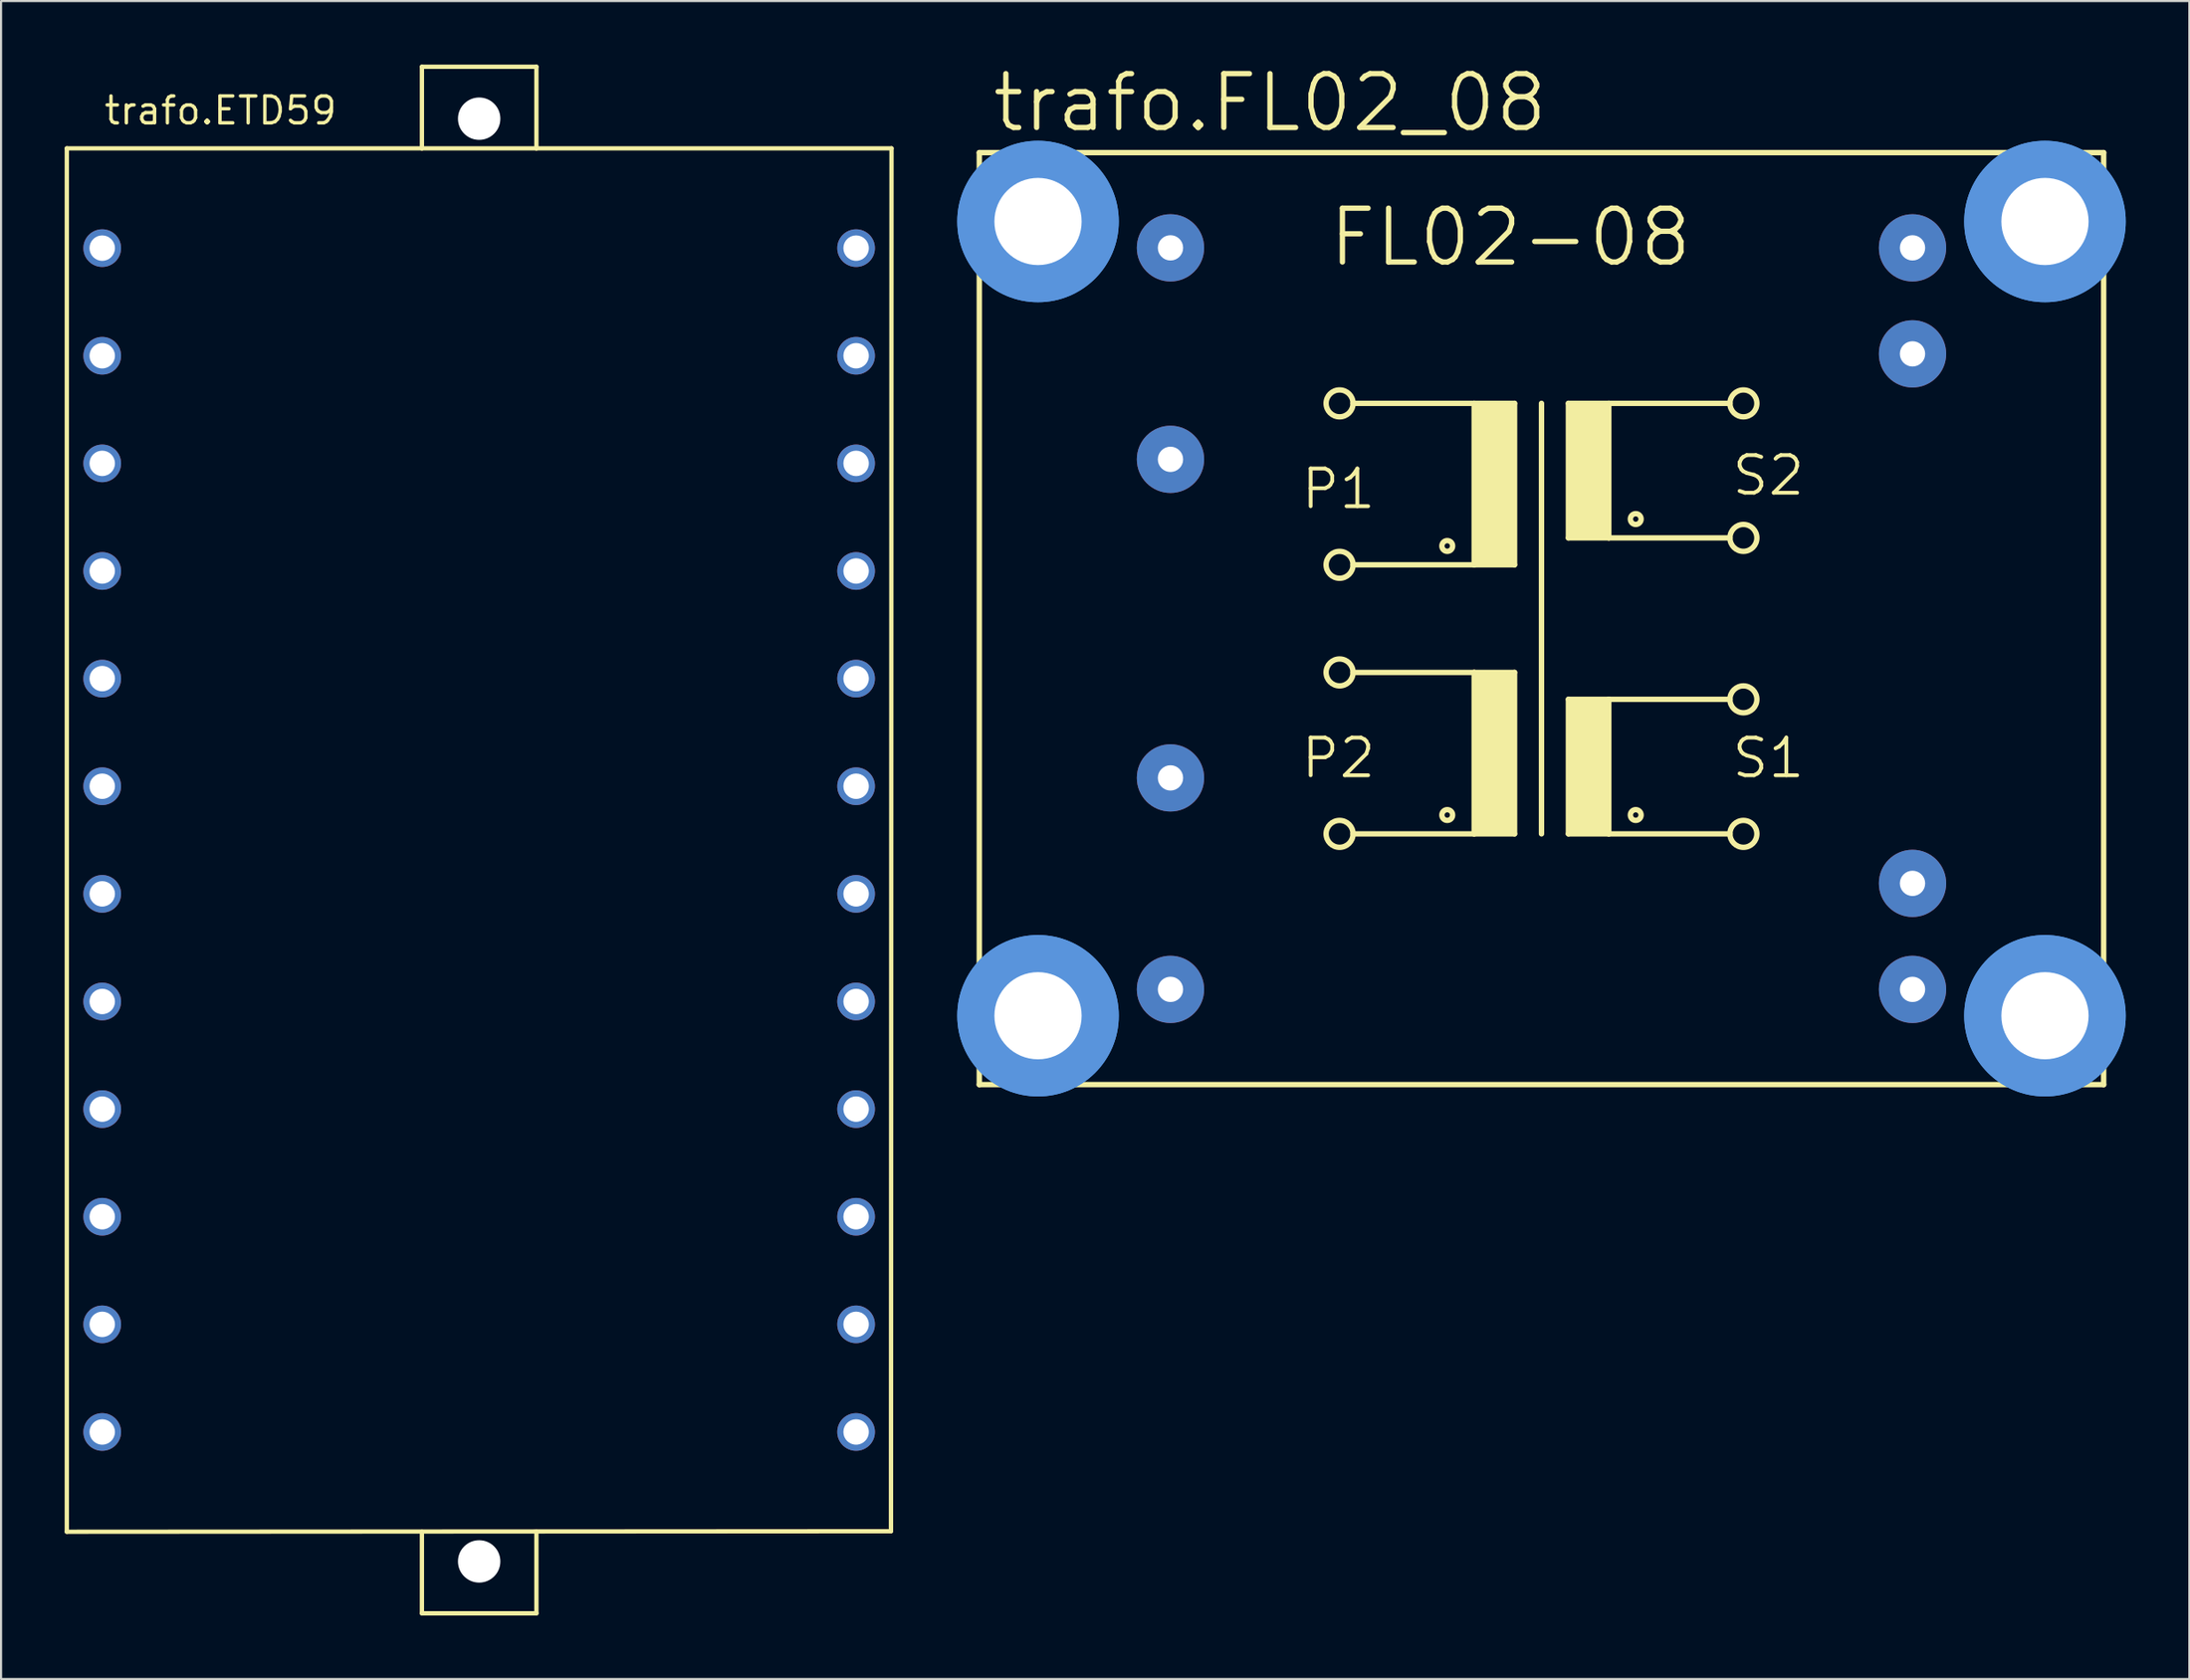
<source format=kicad_pcb>
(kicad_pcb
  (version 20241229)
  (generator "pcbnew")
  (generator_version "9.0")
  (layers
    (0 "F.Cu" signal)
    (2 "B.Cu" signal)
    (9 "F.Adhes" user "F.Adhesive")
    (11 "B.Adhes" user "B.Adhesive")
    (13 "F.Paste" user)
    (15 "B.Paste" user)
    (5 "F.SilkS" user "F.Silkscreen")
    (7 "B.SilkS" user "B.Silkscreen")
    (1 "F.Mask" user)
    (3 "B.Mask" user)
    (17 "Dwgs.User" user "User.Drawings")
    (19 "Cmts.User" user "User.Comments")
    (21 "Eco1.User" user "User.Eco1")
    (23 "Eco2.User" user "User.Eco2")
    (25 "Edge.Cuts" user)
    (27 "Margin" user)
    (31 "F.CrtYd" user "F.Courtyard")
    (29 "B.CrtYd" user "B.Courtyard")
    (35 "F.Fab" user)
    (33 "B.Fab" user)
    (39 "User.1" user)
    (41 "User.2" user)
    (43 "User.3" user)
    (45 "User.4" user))
  (footprint "trafo.FL02_08"
    (layer "F.Cu")
    (at 69.662 26.15)
    (property "Reference" "trafo.FL02_08" (at -26.035 -22.86 0) (layer "F.SilkS") (effects (font (size 2.54 2.54) (thickness 0.25)) (justify left bottom)))
    (attr through_hole)
    (fp_line (start -26.518 21.996) (end -26.518 -21.996) (stroke (width 0.254) (type default)) (layer "F.SilkS"))
    (fp_line (start -26.518 21.996) (end 26.518 21.996) (stroke (width 0.254) (type default)) (layer "F.SilkS"))
    (fp_line (start -8.89 -10.16) (end -3.175 -10.16) (stroke (width 0.254) (type default)) (layer "F.SilkS"))
    (fp_line (start -8.89 2.54) (end -3.175 2.54) (stroke (width 0.254) (type default)) (layer "F.SilkS"))
    (fp_line (start -3.175 -10.16) (end -3.175 -2.54) (stroke (width 0.254) (type default)) (layer "F.SilkS"))
    (fp_line (start -3.175 -10.16) (end -1.27 -10.16) (stroke (width 0.254) (type default)) (layer "F.SilkS"))
    (fp_line (start -3.175 -2.54) (end -8.89 -2.54) (stroke (width 0.254) (type default)) (layer "F.SilkS"))
    (fp_line (start -3.175 2.54) (end -3.175 10.16) (stroke (width 0.254) (type default)) (layer "F.SilkS"))
    (fp_line (start -3.175 2.54) (end -1.27 2.54) (stroke (width 0.254) (type default)) (layer "F.SilkS"))
    (fp_line (start -3.175 10.16) (end -8.89 10.16) (stroke (width 0.254) (type default)) (layer "F.SilkS"))
    (fp_line (start -1.27 -10.16) (end -1.27 -2.54) (stroke (width 0.254) (type default)) (layer "F.SilkS"))
    (fp_line (start -1.27 -2.54) (end -3.175 -2.54) (stroke (width 0.254) (type default)) (layer "F.SilkS"))
    (fp_line (start -1.27 2.54) (end -1.27 10.16) (stroke (width 0.254) (type default)) (layer "F.SilkS"))
    (fp_line (start -1.27 10.16) (end -3.175 10.16) (stroke (width 0.254) (type default)) (layer "F.SilkS"))
    (fp_line (start 0 -10.16) (end 0 10.16) (stroke (width 0.254) (type default)) (layer "F.SilkS"))
    (fp_line (start 1.27 -10.16) (end 1.27 -3.81) (stroke (width 0.254) (type default)) (layer "F.SilkS"))
    (fp_line (start 1.27 -10.16) (end 3.175 -10.16) (stroke (width 0.254) (type default)) (layer "F.SilkS"))
    (fp_line (start 1.27 -3.81) (end 3.175 -3.81) (stroke (width 0.254) (type default)) (layer "F.SilkS"))
    (fp_line (start 1.27 3.81) (end 1.27 10.16) (stroke (width 0.254) (type default)) (layer "F.SilkS"))
    (fp_line (start 1.27 3.81) (end 3.175 3.81) (stroke (width 0.254) (type default)) (layer "F.SilkS"))
    (fp_line (start 1.27 10.16) (end 3.175 10.16) (stroke (width 0.254) (type default)) (layer "F.SilkS"))
    (fp_line (start 3.175 -10.16) (end 8.89 -10.16) (stroke (width 0.254) (type default)) (layer "F.SilkS"))
    (fp_line (start 3.175 -3.81) (end 3.175 -10.16) (stroke (width 0.254) (type default)) (layer "F.SilkS"))
    (fp_line (start 3.175 -3.81) (end 8.89 -3.81) (stroke (width 0.254) (type default)) (layer "F.SilkS"))
    (fp_line (start 3.175 3.81) (end 8.89 3.81) (stroke (width 0.254) (type default)) (layer "F.SilkS"))
    (fp_line (start 3.175 10.16) (end 3.175 3.81) (stroke (width 0.254) (type default)) (layer "F.SilkS"))
    (fp_line (start 3.175 10.16) (end 8.89 10.16) (stroke (width 0.254) (type default)) (layer "F.SilkS"))
    (fp_line (start 26.518 -21.996) (end -26.518 -21.996) (stroke (width 0.254) (type default)) (layer "F.SilkS"))
    (fp_line (start 26.518 -21.996) (end 26.518 21.996) (stroke (width 0.254) (type default)) (layer "F.SilkS"))
    (fp_rect (start -3.175 -2.54) (end -1.27 -10.16) (stroke (width 0.05) (type default)) (fill yes) (layer "F.SilkS"))
    (fp_rect (start -3.175 10.16) (end -1.27 2.54) (stroke (width 0.05) (type default)) (fill yes) (layer "F.SilkS"))
    (fp_rect (start 1.27 -3.81) (end 3.175 -10.16) (stroke (width 0.05) (type default)) (fill yes) (layer "F.SilkS"))
    (fp_rect (start 1.27 10.16) (end 3.175 3.81) (stroke (width 0.05) (type default)) (fill yes) (layer "F.SilkS"))
    (fp_circle (center -9.525 -10.16) (end -8.89 -10.16) (stroke (width 0.254) (type default)) (fill no) (layer "F.SilkS"))
    (fp_circle (center -9.525 -2.54) (end -8.89 -2.54) (stroke (width 0.254) (type default)) (fill no) (layer "F.SilkS"))
    (fp_circle (center -9.525 2.54) (end -8.89 2.54) (stroke (width 0.254) (type default)) (fill no) (layer "F.SilkS"))
    (fp_circle (center -9.525 10.16) (end -8.89 10.16) (stroke (width 0.254) (type default)) (fill no) (layer "F.SilkS"))
    (fp_circle (center -4.445 -3.429) (end -4.191 -3.429) (stroke (width 0.254) (type default)) (fill no) (layer "F.SilkS"))
    (fp_circle (center -4.445 9.271) (end -4.191 9.271) (stroke (width 0.254) (type default)) (fill no) (layer "F.SilkS"))
    (fp_circle (center 4.445 -4.699) (end 4.699 -4.699) (stroke (width 0.254) (type default)) (fill no) (layer "F.SilkS"))
    (fp_circle (center 4.445 9.271) (end 4.699 9.271) (stroke (width 0.254) (type default)) (fill no) (layer "F.SilkS"))
    (fp_circle (center 9.525 -10.16) (end 10.16 -10.16) (stroke (width 0.254) (type default)) (fill no) (layer "F.SilkS"))
    (fp_circle (center 9.525 -3.81) (end 10.16 -3.81) (stroke (width 0.254) (type default)) (fill no) (layer "F.SilkS"))
    (fp_circle (center 9.525 3.81) (end 10.16 3.81) (stroke (width 0.254) (type default)) (fill no) (layer "F.SilkS"))
    (fp_circle (center 9.525 10.16) (end 10.16 10.16) (stroke (width 0.254) (type default)) (fill no) (layer "F.SilkS"))
    (fp_circle (center -23.749 -18.745) (end -20.828 -18.745) (stroke (width 1.778) (type default)) (fill no) (layer "Cmts.User"))
    (fp_circle (center -23.749 -18.745) (end -20.828 -18.745) (stroke (width 1.778) (type default)) (fill no) (layer "Cmts.User"))
    (fp_circle (center -23.749 18.745) (end -20.828 18.745) (stroke (width 1.778) (type default)) (fill no) (layer "Cmts.User"))
    (fp_circle (center -23.749 18.745) (end -20.828 18.745) (stroke (width 1.778) (type default)) (fill no) (layer "Cmts.User"))
    (fp_circle (center 23.749 -18.745) (end 26.67 -18.745) (stroke (width 1.778) (type default)) (fill no) (layer "Cmts.User"))
    (fp_circle (center 23.749 -18.745) (end 26.67 -18.745) (stroke (width 1.778) (type default)) (fill no) (layer "Cmts.User"))
    (fp_circle (center 23.749 18.745) (end 26.67 18.745) (stroke (width 1.778) (type default)) (fill no) (layer "Cmts.User"))
    (fp_circle (center 23.749 18.745) (end 26.67 18.745) (stroke (width 1.778) (type default)) (fill no) (layer "Cmts.User"))
    (fp_text user "FL02-08" (at -10.16 -16.51 0) (layer "F.SilkS") (effects (font (size 2.54 2.54) (thickness 0.25)) (justify left bottom)))
    (fp_text user "P2" (at -11.43 7.62 0) (layer "F.SilkS") (effects (font (size 1.778 1.778) (thickness 0.18)) (justify left bottom)))
    (fp_text user "P1" (at -11.43 -5.08 0) (layer "F.SilkS") (effects (font (size 1.778 1.778) (thickness 0.18)) (justify left bottom)))
    (fp_text user "S1" (at 8.89 7.62 0) (layer "F.SilkS") (effects (font (size 1.778 1.778) (thickness 0.18)) (justify left bottom)))
    (fp_text user "S2" (at 8.89 -5.715 0) (layer "F.SilkS") (effects (font (size 1.778 1.778) (thickness 0.18)) (justify left bottom)))
    (pad "" np_thru_hole circle (at -23.749 -18.745) (size 4.115 4.115) (drill 4.115) (layers "*.Cu" "*.Mask"))
    (pad "" np_thru_hole circle (at -23.749 18.745) (size 4.115 4.115) (drill 4.115) (layers "*.Cu" "*.Mask"))
    (pad "" np_thru_hole circle (at 23.749 -18.745) (size 4.115 4.115) (drill 4.115) (layers "*.Cu" "*.Mask"))
    (pad "" np_thru_hole circle (at 23.749 18.745) (size 4.115 4.115) (drill 4.115) (layers "*.Cu" "*.Mask"))
    (pad "1" thru_hole circle (at -17.501 -17.501) (size 3.175 3.175) (drill 1.194) (layers "*.Cu" "*.Mask"))
    (pad "2" thru_hole circle (at -17.501 -7.518) (size 3.175 3.175) (drill 1.194) (layers "*.Cu" "*.Mask"))
    (pad "3" thru_hole circle (at -17.501 7.518) (size 3.175 3.175) (drill 1.194) (layers "*.Cu" "*.Mask"))
    (pad "4" thru_hole circle (at -17.501 17.501) (size 3.175 3.175) (drill 1.194) (layers "*.Cu" "*.Mask"))
    (pad "5" thru_hole circle (at 17.501 17.501) (size 3.175 3.175) (drill 1.194) (layers "*.Cu" "*.Mask"))
    (pad "6" thru_hole circle (at 17.501 12.497) (size 3.175 3.175) (drill 1.194) (layers "*.Cu" "*.Mask"))
    (pad "7" thru_hole circle (at 17.501 -12.497) (size 3.175 3.175) (drill 1.194) (layers "*.Cu" "*.Mask"))
    (pad "8" thru_hole circle (at 17.501 -17.501) (size 3.175 3.175) (drill 1.194) (layers "*.Cu" "*.Mask")))
  (footprint "trafo.ETD59"
    (layer "F.Cu")
    (at 19.552 36.602)
    (property "Reference" "trafo.ETD59" (at -17.775 -33.69 0) (layer "F.SilkS") (effects (font (size 1.27 1.27) (thickness 0.16)) (justify left bottom)))
    (attr through_hole)
    (fp_line (start -19.45 -32.65) (end -2.7 -32.65) (stroke (width 0.203) (type default)) (layer "F.SilkS"))
    (fp_line (start -19.45 32.65) (end -19.45 -32.65) (stroke (width 0.203) (type default)) (layer "F.SilkS"))
    (fp_line (start -2.7 -36.5) (end -2.7 -32.65) (stroke (width 0.203) (type default)) (layer "F.SilkS"))
    (fp_line (start -2.7 -32.65) (end 2.7 -32.65) (stroke (width 0.203) (type default)) (layer "F.SilkS"))
    (fp_line (start -2.7 36.5) (end -2.7 32.65) (stroke (width 0.203) (type default)) (layer "F.SilkS"))
    (fp_line (start -2.7 36.5) (end 2.7 36.5) (stroke (width 0.203) (type default)) (layer "F.SilkS"))
    (fp_line (start 2.7 -36.5) (end -2.7 -36.5) (stroke (width 0.203) (type default)) (layer "F.SilkS"))
    (fp_line (start 2.7 -36.5) (end 2.7 -32.65) (stroke (width 0.203) (type default)) (layer "F.SilkS"))
    (fp_line (start 2.7 -32.65) (end 19.45 -32.65) (stroke (width 0.203) (type default)) (layer "F.SilkS"))
    (fp_line (start 2.7 36.5) (end 2.7 32.65) (stroke (width 0.203) (type default)) (layer "F.SilkS"))
    (fp_line (start 19.425 32.625) (end -19.45 32.65) (stroke (width 0.203) (type default)) (layer "F.SilkS"))
    (fp_line (start 19.45 -32.65) (end 19.425 32.625) (stroke (width 0.203) (type default)) (layer "F.SilkS"))
    (pad "" np_thru_hole circle (at 0 -34.05) (size 2 2) (drill 2) (layers "*.Cu" "*.Mask"))
    (pad "" np_thru_hole circle (at 0 34.05) (size 2 2) (drill 2) (layers "*.Cu" "*.Mask"))
    (pad "1" thru_hole circle (at -17.78 -27.94) (size 1.778 1.778) (drill 1.2) (layers "*.Cu" "*.Mask"))
    (pad "2" thru_hole circle (at -17.78 -22.86) (size 1.778 1.778) (drill 1.2) (layers "*.Cu" "*.Mask"))
    (pad "3" thru_hole circle (at -17.78 -17.78) (size 1.778 1.778) (drill 1.2) (layers "*.Cu" "*.Mask"))
    (pad "4" thru_hole circle (at -17.78 -12.7) (size 1.778 1.778) (drill 1.2) (layers "*.Cu" "*.Mask"))
    (pad "5" thru_hole circle (at -17.78 -7.62) (size 1.778 1.778) (drill 1.2) (layers "*.Cu" "*.Mask"))
    (pad "6" thru_hole circle (at -17.78 -2.54) (size 1.778 1.778) (drill 1.2) (layers "*.Cu" "*.Mask"))
    (pad "7" thru_hole circle (at -17.78 2.54) (size 1.778 1.778) (drill 1.2) (layers "*.Cu" "*.Mask"))
    (pad "8" thru_hole circle (at -17.78 7.62) (size 1.778 1.778) (drill 1.2) (layers "*.Cu" "*.Mask"))
    (pad "9" thru_hole circle (at -17.78 12.7) (size 1.778 1.778) (drill 1.2) (layers "*.Cu" "*.Mask"))
    (pad "10" thru_hole circle (at -17.78 17.78) (size 1.778 1.778) (drill 1.2) (layers "*.Cu" "*.Mask"))
    (pad "11" thru_hole circle (at -17.78 22.86) (size 1.778 1.778) (drill 1.2) (layers "*.Cu" "*.Mask"))
    (pad "12" thru_hole circle (at -17.78 27.94) (size 1.778 1.778) (drill 1.2) (layers "*.Cu" "*.Mask"))
    (pad "13" thru_hole circle (at 17.78 27.94 180) (size 1.778 1.778) (drill 1.2) (layers "*.Cu" "*.Mask"))
    (pad "14" thru_hole circle (at 17.78 22.86 180) (size 1.778 1.778) (drill 1.2) (layers "*.Cu" "*.Mask"))
    (pad "15" thru_hole circle (at 17.78 17.78 180) (size 1.778 1.778) (drill 1.2) (layers "*.Cu" "*.Mask"))
    (pad "16" thru_hole circle (at 17.78 12.7 180) (size 1.778 1.778) (drill 1.2) (layers "*.Cu" "*.Mask"))
    (pad "17" thru_hole circle (at 17.78 7.62 180) (size 1.778 1.778) (drill 1.2) (layers "*.Cu" "*.Mask"))
    (pad "18" thru_hole circle (at 17.78 2.54 180) (size 1.778 1.778) (drill 1.2) (layers "*.Cu" "*.Mask"))
    (pad "19" thru_hole circle (at 17.78 -2.54 180) (size 1.778 1.778) (drill 1.2) (layers "*.Cu" "*.Mask"))
    (pad "20" thru_hole circle (at 17.78 -7.62 180) (size 1.778 1.778) (drill 1.2) (layers "*.Cu" "*.Mask"))
    (pad "21" thru_hole circle (at 17.78 -12.7 180) (size 1.778 1.778) (drill 1.2) (layers "*.Cu" "*.Mask"))
    (pad "22" thru_hole circle (at 17.78 -17.78 180) (size 1.778 1.778) (drill 1.2) (layers "*.Cu" "*.Mask"))
    (pad "23" thru_hole circle (at 17.78 -22.86 180) (size 1.778 1.778) (drill 1.2) (layers "*.Cu" "*.Mask"))
    (pad "24" thru_hole circle (at 17.78 -27.94 180) (size 1.778 1.778) (drill 1.2) (layers "*.Cu" "*.Mask")))
  (gr_rect
    (start -3 -3)
    (end 100.221 76.203)
    (stroke (width 0.1) (type default))
    (fill no)
    (layer "Edge.Cuts")))
</source>
